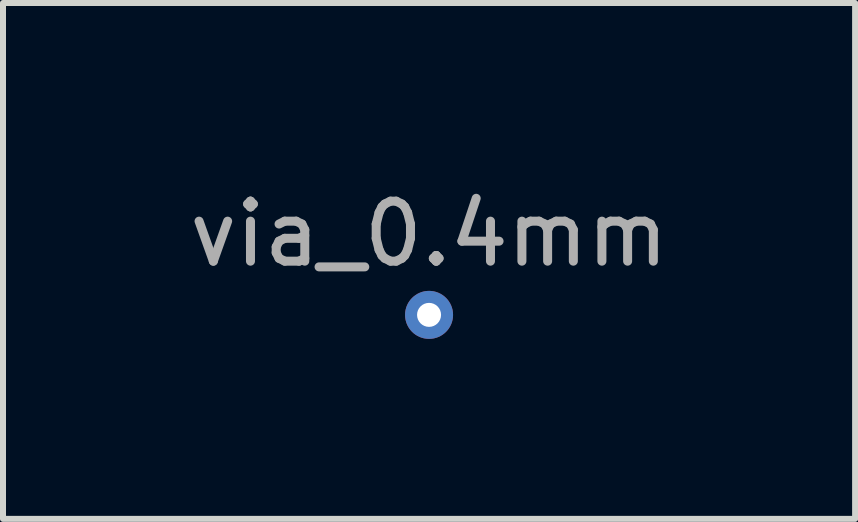
<source format=kicad_pcb>
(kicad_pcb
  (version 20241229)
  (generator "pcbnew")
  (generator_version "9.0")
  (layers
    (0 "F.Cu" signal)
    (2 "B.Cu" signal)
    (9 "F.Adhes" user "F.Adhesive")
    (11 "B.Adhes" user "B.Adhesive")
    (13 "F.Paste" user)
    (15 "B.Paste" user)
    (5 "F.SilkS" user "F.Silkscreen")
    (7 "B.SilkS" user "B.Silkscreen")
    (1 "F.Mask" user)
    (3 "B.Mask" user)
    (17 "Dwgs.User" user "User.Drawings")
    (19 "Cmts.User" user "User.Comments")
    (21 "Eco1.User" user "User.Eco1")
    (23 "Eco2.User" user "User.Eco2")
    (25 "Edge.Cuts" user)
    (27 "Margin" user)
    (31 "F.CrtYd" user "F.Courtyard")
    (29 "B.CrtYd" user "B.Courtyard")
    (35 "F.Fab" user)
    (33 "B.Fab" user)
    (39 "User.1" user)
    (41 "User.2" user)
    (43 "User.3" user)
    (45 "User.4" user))
  (footprint "via_0.4mm"
    (layer "F.Cu")
    (at 4.101 2.198)
    (property "Reference" "via_0.4mm" (at 0 -1.35 0) (layer "F.Fab") (effects (font (size 1 1) (thickness 0.15))))
    (attr through_hole)
    (pad "1" thru_hole circle (at 0 0) (size 0.8 0.8) (drill 0.4) (layers "*.Cu" "*.Mask")))
  (gr_rect
    (start -3 -3)
    (end 11.202 5.598)
    (stroke (width 0.1) (type default))
    (fill no)
    (layer "Edge.Cuts")))
</source>
